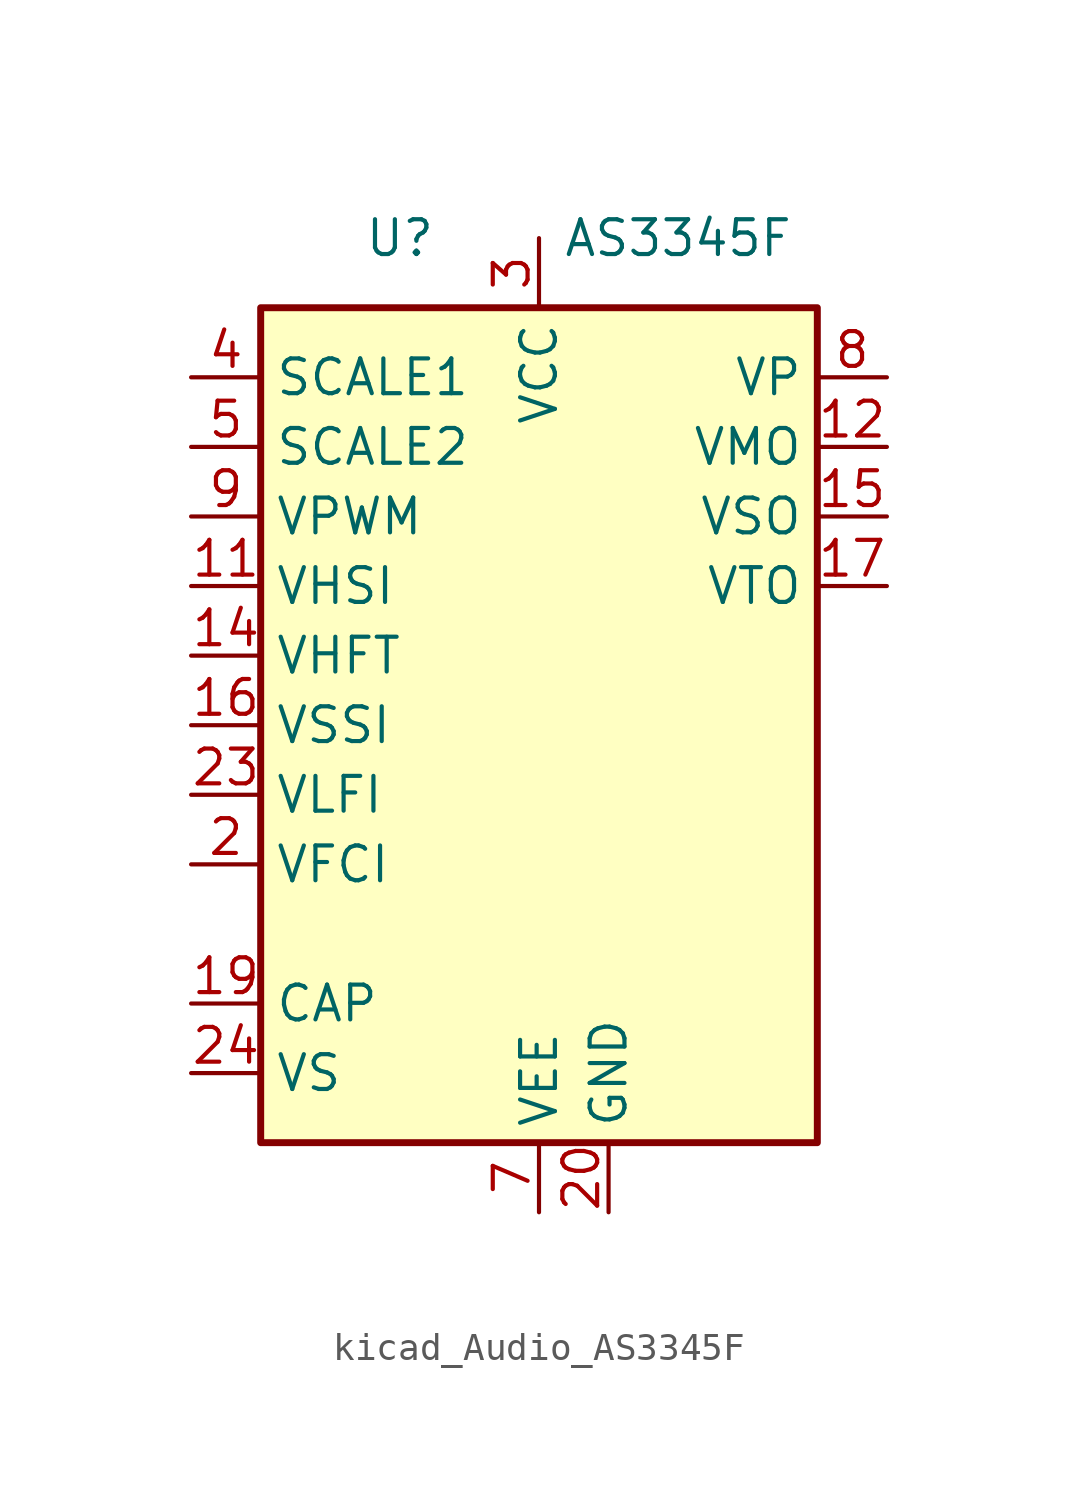
<source format=kicad_sym>
(kicad_symbol_lib
  (version 20220914)
  (generator kicad_symbol_editor)
  (symbol "kicad_Audio_AS3345F"
    (property "Reference" "U"
      (at -5.08 17.78 0)
      (effects (font (size 1.27 1.27))))
    (property "Value" "AS3345F"
      (at 5.08 17.78 0)
      (effects (font (size 1.27 1.27))))
    (symbol "kicad_Audio_AS3345F_0_1"
      (rectangle (start -10.16 15.24) (end 10.16 -15.24) (stroke (width 0.254) (type default)) (fill (type background))))
    (symbol "kicad_Audio_AS3345F_1_1"
      (pin no_connect line (at 10.16 0 180) (length 2.54) hide (name "NC" (effects (font (size 1.27 1.27)))) (number "1" (effects (font (size 1.27 1.27)))))
      (pin no_connect line (at 10.16 -5.08 180) (length 2.54) hide (name "NC" (effects (font (size 1.27 1.27)))) (number "10" (effects (font (size 1.27 1.27)))))
      (pin input line (at -12.7 5.08 0) (length 2.54) (name "VHSI" (effects (font (size 1.27 1.27)))) (number "11" (effects (font (size 1.27 1.27)))))
      (pin output line (at 12.7 10.16 180) (length 2.54) (name "VMO" (effects (font (size 1.27 1.27)))) (number "12" (effects (font (size 1.27 1.27)))))
      (pin no_connect line (at 10.16 -7.62 180) (length 2.54) hide (name "NC" (effects (font (size 1.27 1.27)))) (number "13" (effects (font (size 1.27 1.27)))))
      (pin input line (at -12.7 2.54 0) (length 2.54) (name "VHFT" (effects (font (size 1.27 1.27)))) (number "14" (effects (font (size 1.27 1.27)))))
      (pin output line (at 12.7 7.62 180) (length 2.54) (name "VSO" (effects (font (size 1.27 1.27)))) (number "15" (effects (font (size 1.27 1.27)))))
      (pin input line (at -12.7 0 0) (length 2.54) (name "VSSI" (effects (font (size 1.27 1.27)))) (number "16" (effects (font (size 1.27 1.27)))))
      (pin output line (at 12.7 5.08 180) (length 2.54) (name "VTO" (effects (font (size 1.27 1.27)))) (number "17" (effects (font (size 1.27 1.27)))))
      (pin no_connect line (at 10.16 -10.16 180) (length 2.54) hide (name "NC" (effects (font (size 1.27 1.27)))) (number "18" (effects (font (size 1.27 1.27)))))
      (pin passive line (at -12.7 -10.16 0) (length 2.54) (name "CAP" (effects (font (size 1.27 1.27)))) (number "19" (effects (font (size 1.27 1.27)))))
      (pin input line (at -12.7 -5.08 0) (length 2.54) (name "VFCI" (effects (font (size 1.27 1.27)))) (number "2" (effects (font (size 1.27 1.27)))))
      (pin power_in line (at 2.54 -17.78 90) (length 2.54) (name "GND" (effects (font (size 1.27 1.27)))) (number "20" (effects (font (size 1.27 1.27)))))
      (pin no_connect line (at 10.16 -12.7 180) (length 2.54) hide (name "NC" (effects (font (size 1.27 1.27)))) (number "21" (effects (font (size 1.27 1.27)))))
      (pin passive line (at 2.54 -17.78 90) (length 2.54) hide (name "GND" (effects (font (size 1.27 1.27)))) (number "22" (effects (font (size 1.27 1.27)))))
      (pin input line (at -12.7 -2.54 0) (length 2.54) (name "VLFI" (effects (font (size 1.27 1.27)))) (number "23" (effects (font (size 1.27 1.27)))))
      (pin passive line (at -12.7 -12.7 0) (length 2.54) (name "VS" (effects (font (size 1.27 1.27)))) (number "24" (effects (font (size 1.27 1.27)))))
      (pin power_in line (at 0 17.78 270) (length 2.54) (name "VCC" (effects (font (size 1.27 1.27)))) (number "3" (effects (font (size 1.27 1.27)))))
      (pin input line (at -12.7 12.7 0) (length 2.54) (name "SCALE1" (effects (font (size 1.27 1.27)))) (number "4" (effects (font (size 1.27 1.27)))))
      (pin input line (at -12.7 10.16 0) (length 2.54) (name "SCALE2" (effects (font (size 1.27 1.27)))) (number "5" (effects (font (size 1.27 1.27)))))
      (pin no_connect line (at 10.16 -2.54 180) (length 2.54) hide (name "NC" (effects (font (size 1.27 1.27)))) (number "6" (effects (font (size 1.27 1.27)))))
      (pin power_in line (at 0 -17.78 90) (length 2.54) (name "VEE" (effects (font (size 1.27 1.27)))) (number "7" (effects (font (size 1.27 1.27)))))
      (pin output line (at 12.7 12.7 180) (length 2.54) (name "VP" (effects (font (size 1.27 1.27)))) (number "8" (effects (font (size 1.27 1.27)))))
      (pin input line (at -12.7 7.62 0) (length 2.54) (name "VPWM" (effects (font (size 1.27 1.27)))) (number "9" (effects (font (size 1.27 1.27))))))))
</source>
